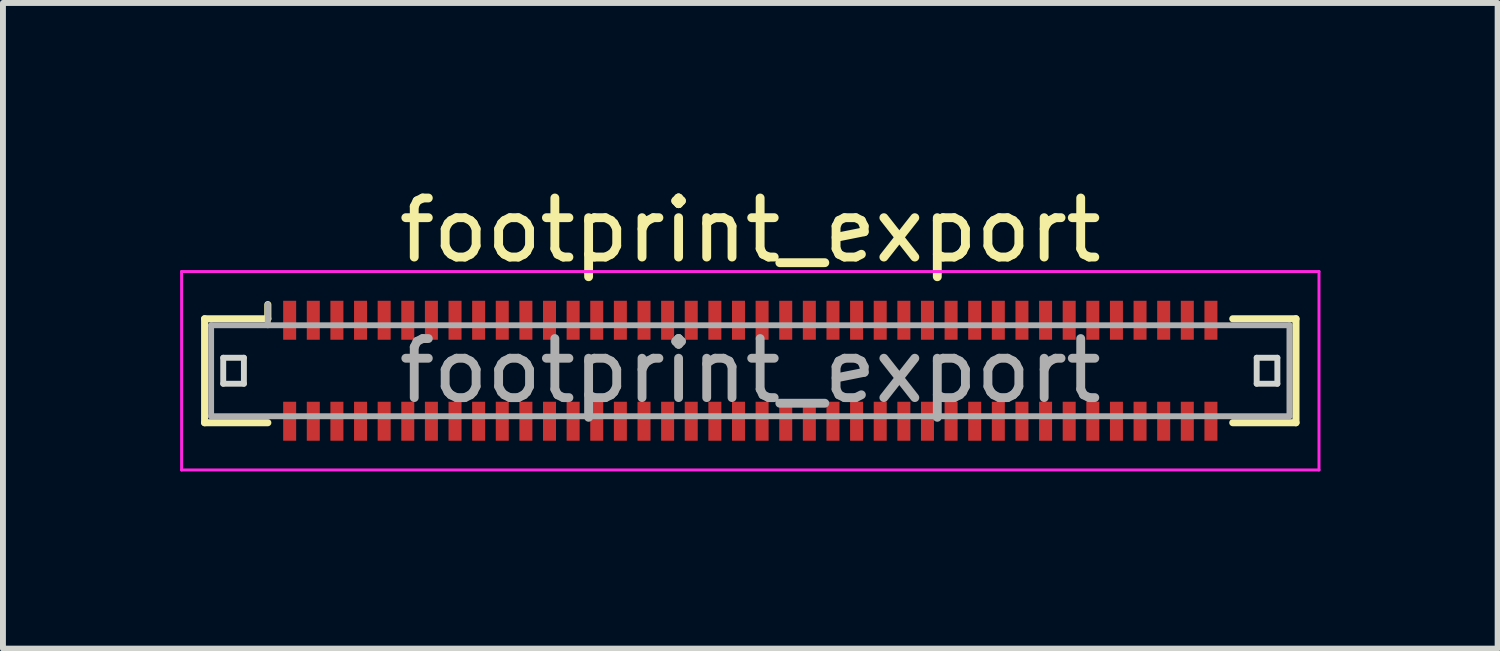
<source format=kicad_pcb>
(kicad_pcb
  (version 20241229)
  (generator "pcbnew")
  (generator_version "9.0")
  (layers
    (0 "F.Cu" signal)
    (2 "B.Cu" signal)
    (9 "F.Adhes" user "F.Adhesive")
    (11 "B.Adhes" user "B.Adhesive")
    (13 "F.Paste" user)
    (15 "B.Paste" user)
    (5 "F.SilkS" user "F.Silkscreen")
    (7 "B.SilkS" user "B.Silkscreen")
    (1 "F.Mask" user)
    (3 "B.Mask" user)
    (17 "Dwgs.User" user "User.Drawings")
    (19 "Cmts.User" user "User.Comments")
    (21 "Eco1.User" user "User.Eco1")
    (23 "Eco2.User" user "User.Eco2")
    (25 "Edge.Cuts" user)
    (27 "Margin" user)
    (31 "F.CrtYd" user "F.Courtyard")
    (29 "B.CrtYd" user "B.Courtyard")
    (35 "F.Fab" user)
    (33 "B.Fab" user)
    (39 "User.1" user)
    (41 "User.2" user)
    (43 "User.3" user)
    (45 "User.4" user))
  (footprint "footprint_export"
    (layer "F.Cu")
    (at 9.655 3.228)
    (property "Reference" "footprint_export" (at 0 -2.38 0) (layer "F.SilkS") (effects (font (size 1 1) (thickness 0.15))))
    (attr smd)
    (fp_line (start -9.24 -0.88) (end -8.17 -0.88) (stroke (width 0.12) (type solid)) (layer "F.SilkS"))
    (fp_line (start -9.24 0.88) (end -9.24 -0.88) (stroke (width 0.12) (type solid)) (layer "F.SilkS"))
    (fp_line (start -8.17 -0.88) (end -8.17 -1.12) (stroke (width 0.12) (type solid)) (layer "F.SilkS"))
    (fp_line (start -8.17 0.88) (end -9.24 0.88) (stroke (width 0.12) (type solid)) (layer "F.SilkS"))
    (fp_line (start 8.17 0.88) (end 9.24 0.88) (stroke (width 0.12) (type solid)) (layer "F.SilkS"))
    (fp_line (start 9.24 -0.88) (end 8.17 -0.88) (stroke (width 0.12) (type solid)) (layer "F.SilkS"))
    (fp_line (start 9.24 0.88) (end 9.24 -0.88) (stroke (width 0.12) (type solid)) (layer "F.SilkS"))
    (fp_line (start -8.925 -0.22) (end -8.925 0.22) (stroke (width 0.1) (type solid)) (layer "Edge.Cuts"))
    (fp_line (start -8.925 0.22) (end -8.575 0.22) (stroke (width 0.1) (type solid)) (layer "Edge.Cuts"))
    (fp_line (start -8.575 -0.22) (end -8.925 -0.22) (stroke (width 0.1) (type solid)) (layer "Edge.Cuts"))
    (fp_line (start -8.575 0.22) (end -8.575 -0.22) (stroke (width 0.1) (type solid)) (layer "Edge.Cuts"))
    (fp_line (start 8.575 -0.22) (end 8.575 0.22) (stroke (width 0.1) (type solid)) (layer "Edge.Cuts"))
    (fp_line (start 8.575 0.22) (end 8.925 0.22) (stroke (width 0.1) (type solid)) (layer "Edge.Cuts"))
    (fp_line (start 8.925 -0.22) (end 8.575 -0.22) (stroke (width 0.1) (type solid)) (layer "Edge.Cuts"))
    (fp_line (start 8.925 0.22) (end 8.925 -0.22) (stroke (width 0.1) (type solid)) (layer "Edge.Cuts"))
    (fp_line (start -9.63 -1.68) (end -9.63 1.68) (stroke (width 0.05) (type solid)) (layer "F.CrtYd"))
    (fp_line (start -9.63 1.68) (end 9.63 1.68) (stroke (width 0.05) (type solid)) (layer "F.CrtYd"))
    (fp_line (start 9.63 -1.68) (end -9.63 -1.68) (stroke (width 0.05) (type solid)) (layer "F.CrtYd"))
    (fp_line (start 9.63 1.68) (end 9.63 -1.68) (stroke (width 0.05) (type solid)) (layer "F.CrtYd"))
    (fp_line (start -9.13 -0.77) (end -9.13 0.77) (stroke (width 0.1) (type solid)) (layer "F.Fab"))
    (fp_line (start -9.13 0.77) (end 9.13 0.77) (stroke (width 0.1) (type solid)) (layer "F.Fab"))
    (fp_line (start -8.17 -0.77) (end -8.17 -1.12) (stroke (width 0.1) (type solid)) (layer "F.Fab"))
    (fp_line (start 9.13 -0.77) (end -9.13 -0.77) (stroke (width 0.1) (type solid)) (layer "F.Fab"))
    (fp_line (start 9.13 0.77) (end 9.13 -0.77) (stroke (width 0.1) (type solid)) (layer "F.Fab"))
    (fp_text user "${REFERENCE}" (at 0 0 0) (layer "F.Fab") (effects (font (size 1 1) (thickness 0.15))))
    (pad "1" smd rect (at -7.8 -0.855) (size 0.22 0.66) (layers "F.Cu" "F.Mask" "F.Paste"))
    (pad "2" smd rect (at -7.8 0.855) (size 0.22 0.66) (layers "F.Cu" "F.Mask" "F.Paste"))
    (pad "3" smd rect (at -7.4 -0.855) (size 0.22 0.66) (layers "F.Cu" "F.Mask" "F.Paste"))
    (pad "4" smd rect (at -7.4 0.855) (size 0.22 0.66) (layers "F.Cu" "F.Mask" "F.Paste"))
    (pad "5" smd rect (at -7 -0.855) (size 0.22 0.66) (layers "F.Cu" "F.Mask" "F.Paste"))
    (pad "6" smd rect (at -7 0.855) (size 0.22 0.66) (layers "F.Cu" "F.Mask" "F.Paste"))
    (pad "7" smd rect (at -6.6 -0.855) (size 0.22 0.66) (layers "F.Cu" "F.Mask" "F.Paste"))
    (pad "8" smd rect (at -6.6 0.855) (size 0.22 0.66) (layers "F.Cu" "F.Mask" "F.Paste"))
    (pad "9" smd rect (at -6.2 -0.855) (size 0.22 0.66) (layers "F.Cu" "F.Mask" "F.Paste"))
    (pad "10" smd rect (at -6.2 0.855) (size 0.22 0.66) (layers "F.Cu" "F.Mask" "F.Paste"))
    (pad "11" smd rect (at -5.8 -0.855) (size 0.22 0.66) (layers "F.Cu" "F.Mask" "F.Paste"))
    (pad "12" smd rect (at -5.8 0.855) (size 0.22 0.66) (layers "F.Cu" "F.Mask" "F.Paste"))
    (pad "13" smd rect (at -5.4 -0.855) (size 0.22 0.66) (layers "F.Cu" "F.Mask" "F.Paste"))
    (pad "14" smd rect (at -5.4 0.855) (size 0.22 0.66) (layers "F.Cu" "F.Mask" "F.Paste"))
    (pad "15" smd rect (at -5 -0.855) (size 0.22 0.66) (layers "F.Cu" "F.Mask" "F.Paste"))
    (pad "16" smd rect (at -5 0.855) (size 0.22 0.66) (layers "F.Cu" "F.Mask" "F.Paste"))
    (pad "17" smd rect (at -4.6 -0.855) (size 0.22 0.66) (layers "F.Cu" "F.Mask" "F.Paste"))
    (pad "18" smd rect (at -4.6 0.855) (size 0.22 0.66) (layers "F.Cu" "F.Mask" "F.Paste"))
    (pad "19" smd rect (at -4.2 -0.855) (size 0.22 0.66) (layers "F.Cu" "F.Mask" "F.Paste"))
    (pad "20" smd rect (at -4.2 0.855) (size 0.22 0.66) (layers "F.Cu" "F.Mask" "F.Paste"))
    (pad "21" smd rect (at -3.8 -0.855) (size 0.22 0.66) (layers "F.Cu" "F.Mask" "F.Paste"))
    (pad "22" smd rect (at -3.8 0.855) (size 0.22 0.66) (layers "F.Cu" "F.Mask" "F.Paste"))
    (pad "23" smd rect (at -3.4 -0.855) (size 0.22 0.66) (layers "F.Cu" "F.Mask" "F.Paste"))
    (pad "24" smd rect (at -3.4 0.855) (size 0.22 0.66) (layers "F.Cu" "F.Mask" "F.Paste"))
    (pad "25" smd rect (at -3 -0.855) (size 0.22 0.66) (layers "F.Cu" "F.Mask" "F.Paste"))
    (pad "26" smd rect (at -3 0.855) (size 0.22 0.66) (layers "F.Cu" "F.Mask" "F.Paste"))
    (pad "27" smd rect (at -2.6 -0.855) (size 0.22 0.66) (layers "F.Cu" "F.Mask" "F.Paste"))
    (pad "28" smd rect (at -2.6 0.855) (size 0.22 0.66) (layers "F.Cu" "F.Mask" "F.Paste"))
    (pad "29" smd rect (at -2.2 -0.855) (size 0.22 0.66) (layers "F.Cu" "F.Mask" "F.Paste"))
    (pad "30" smd rect (at -2.2 0.855) (size 0.22 0.66) (layers "F.Cu" "F.Mask" "F.Paste"))
    (pad "31" smd rect (at -1.8 -0.855) (size 0.22 0.66) (layers "F.Cu" "F.Mask" "F.Paste"))
    (pad "32" smd rect (at -1.8 0.855) (size 0.22 0.66) (layers "F.Cu" "F.Mask" "F.Paste"))
    (pad "33" smd rect (at -1.4 -0.855) (size 0.22 0.66) (layers "F.Cu" "F.Mask" "F.Paste"))
    (pad "34" smd rect (at -1.4 0.855) (size 0.22 0.66) (layers "F.Cu" "F.Mask" "F.Paste"))
    (pad "35" smd rect (at -1 -0.855) (size 0.22 0.66) (layers "F.Cu" "F.Mask" "F.Paste"))
    (pad "36" smd rect (at -1 0.855) (size 0.22 0.66) (layers "F.Cu" "F.Mask" "F.Paste"))
    (pad "37" smd rect (at -0.6 -0.855) (size 0.22 0.66) (layers "F.Cu" "F.Mask" "F.Paste"))
    (pad "38" smd rect (at -0.6 0.855) (size 0.22 0.66) (layers "F.Cu" "F.Mask" "F.Paste"))
    (pad "39" smd rect (at -0.2 -0.855) (size 0.22 0.66) (layers "F.Cu" "F.Mask" "F.Paste"))
    (pad "40" smd rect (at -0.2 0.855) (size 0.22 0.66) (layers "F.Cu" "F.Mask" "F.Paste"))
    (pad "41" smd rect (at 0.2 -0.855) (size 0.22 0.66) (layers "F.Cu" "F.Mask" "F.Paste"))
    (pad "42" smd rect (at 0.2 0.855) (size 0.22 0.66) (layers "F.Cu" "F.Mask" "F.Paste"))
    (pad "43" smd rect (at 0.6 -0.855) (size 0.22 0.66) (layers "F.Cu" "F.Mask" "F.Paste"))
    (pad "44" smd rect (at 0.6 0.855) (size 0.22 0.66) (layers "F.Cu" "F.Mask" "F.Paste"))
    (pad "45" smd rect (at 1 -0.855) (size 0.22 0.66) (layers "F.Cu" "F.Mask" "F.Paste"))
    (pad "46" smd rect (at 1 0.855) (size 0.22 0.66) (layers "F.Cu" "F.Mask" "F.Paste"))
    (pad "47" smd rect (at 1.4 -0.855) (size 0.22 0.66) (layers "F.Cu" "F.Mask" "F.Paste"))
    (pad "48" smd rect (at 1.4 0.855) (size 0.22 0.66) (layers "F.Cu" "F.Mask" "F.Paste"))
    (pad "49" smd rect (at 1.8 -0.855) (size 0.22 0.66) (layers "F.Cu" "F.Mask" "F.Paste"))
    (pad "50" smd rect (at 1.8 0.855) (size 0.22 0.66) (layers "F.Cu" "F.Mask" "F.Paste"))
    (pad "51" smd rect (at 2.2 -0.855) (size 0.22 0.66) (layers "F.Cu" "F.Mask" "F.Paste"))
    (pad "52" smd rect (at 2.2 0.855) (size 0.22 0.66) (layers "F.Cu" "F.Mask" "F.Paste"))
    (pad "53" smd rect (at 2.6 -0.855) (size 0.22 0.66) (layers "F.Cu" "F.Mask" "F.Paste"))
    (pad "54" smd rect (at 2.6 0.855) (size 0.22 0.66) (layers "F.Cu" "F.Mask" "F.Paste"))
    (pad "55" smd rect (at 3 -0.855) (size 0.22 0.66) (layers "F.Cu" "F.Mask" "F.Paste"))
    (pad "56" smd rect (at 3 0.855) (size 0.22 0.66) (layers "F.Cu" "F.Mask" "F.Paste"))
    (pad "57" smd rect (at 3.4 -0.855) (size 0.22 0.66) (layers "F.Cu" "F.Mask" "F.Paste"))
    (pad "58" smd rect (at 3.4 0.855) (size 0.22 0.66) (layers "F.Cu" "F.Mask" "F.Paste"))
    (pad "59" smd rect (at 3.8 -0.855) (size 0.22 0.66) (layers "F.Cu" "F.Mask" "F.Paste"))
    (pad "60" smd rect (at 3.8 0.855) (size 0.22 0.66) (layers "F.Cu" "F.Mask" "F.Paste"))
    (pad "61" smd rect (at 4.2 -0.855) (size 0.22 0.66) (layers "F.Cu" "F.Mask" "F.Paste"))
    (pad "62" smd rect (at 4.2 0.855) (size 0.22 0.66) (layers "F.Cu" "F.Mask" "F.Paste"))
    (pad "63" smd rect (at 4.6 -0.855) (size 0.22 0.66) (layers "F.Cu" "F.Mask" "F.Paste"))
    (pad "64" smd rect (at 4.6 0.855) (size 0.22 0.66) (layers "F.Cu" "F.Mask" "F.Paste"))
    (pad "65" smd rect (at 5 -0.855) (size 0.22 0.66) (layers "F.Cu" "F.Mask" "F.Paste"))
    (pad "66" smd rect (at 5 0.855) (size 0.22 0.66) (layers "F.Cu" "F.Mask" "F.Paste"))
    (pad "67" smd rect (at 5.4 -0.855) (size 0.22 0.66) (layers "F.Cu" "F.Mask" "F.Paste"))
    (pad "68" smd rect (at 5.4 0.855) (size 0.22 0.66) (layers "F.Cu" "F.Mask" "F.Paste"))
    (pad "69" smd rect (at 5.8 -0.855) (size 0.22 0.66) (layers "F.Cu" "F.Mask" "F.Paste"))
    (pad "70" smd rect (at 5.8 0.855) (size 0.22 0.66) (layers "F.Cu" "F.Mask" "F.Paste"))
    (pad "71" smd rect (at 6.2 -0.855) (size 0.22 0.66) (layers "F.Cu" "F.Mask" "F.Paste"))
    (pad "72" smd rect (at 6.2 0.855) (size 0.22 0.66) (layers "F.Cu" "F.Mask" "F.Paste"))
    (pad "73" smd rect (at 6.6 -0.855) (size 0.22 0.66) (layers "F.Cu" "F.Mask" "F.Paste"))
    (pad "74" smd rect (at 6.6 0.855) (size 0.22 0.66) (layers "F.Cu" "F.Mask" "F.Paste"))
    (pad "75" smd rect (at 7 -0.855) (size 0.22 0.66) (layers "F.Cu" "F.Mask" "F.Paste"))
    (pad "76" smd rect (at 7 0.855) (size 0.22 0.66) (layers "F.Cu" "F.Mask" "F.Paste"))
    (pad "77" smd rect (at 7.4 -0.855) (size 0.22 0.66) (layers "F.Cu" "F.Mask" "F.Paste"))
    (pad "78" smd rect (at 7.4 0.855) (size 0.22 0.66) (layers "F.Cu" "F.Mask" "F.Paste"))
    (pad "79" smd rect (at 7.8 -0.855) (size 0.22 0.66) (layers "F.Cu" "F.Mask" "F.Paste"))
    (pad "80" smd rect (at 7.8 0.855) (size 0.22 0.66) (layers "F.Cu" "F.Mask" "F.Paste")))
  (gr_rect
    (start -3 -3)
    (end 22.31 7.933)
    (stroke (width 0.1) (type default))
    (fill no)
    (layer "Edge.Cuts")))
</source>
